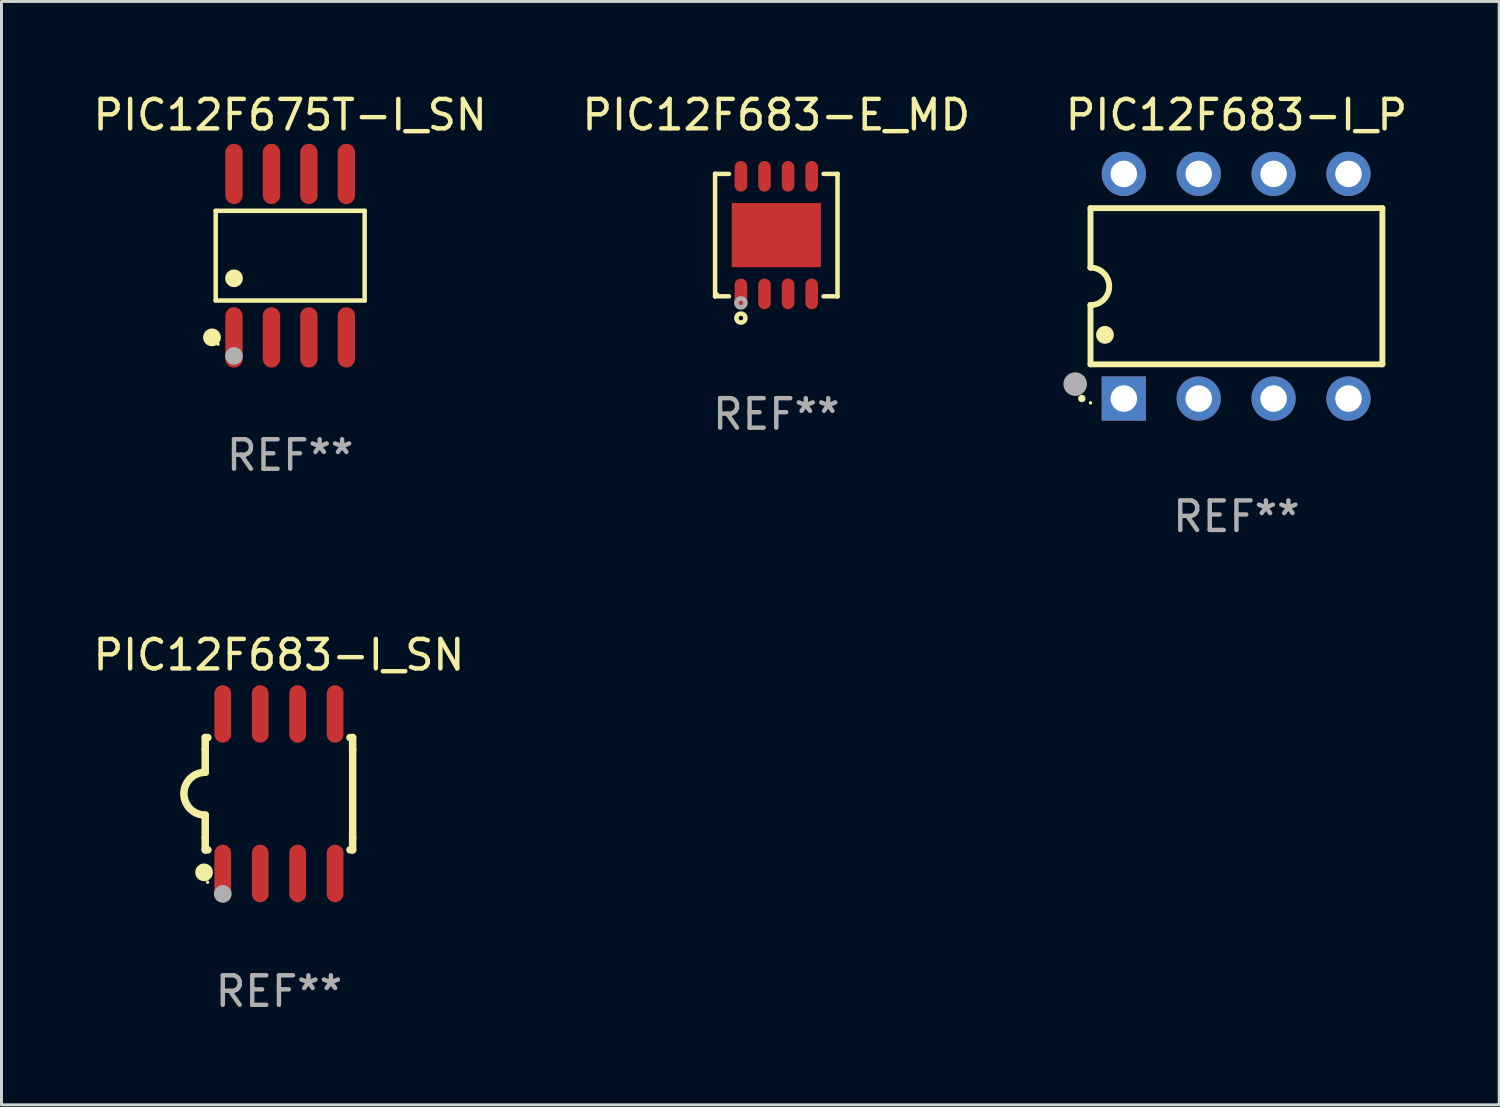
<source format=kicad_pcb>
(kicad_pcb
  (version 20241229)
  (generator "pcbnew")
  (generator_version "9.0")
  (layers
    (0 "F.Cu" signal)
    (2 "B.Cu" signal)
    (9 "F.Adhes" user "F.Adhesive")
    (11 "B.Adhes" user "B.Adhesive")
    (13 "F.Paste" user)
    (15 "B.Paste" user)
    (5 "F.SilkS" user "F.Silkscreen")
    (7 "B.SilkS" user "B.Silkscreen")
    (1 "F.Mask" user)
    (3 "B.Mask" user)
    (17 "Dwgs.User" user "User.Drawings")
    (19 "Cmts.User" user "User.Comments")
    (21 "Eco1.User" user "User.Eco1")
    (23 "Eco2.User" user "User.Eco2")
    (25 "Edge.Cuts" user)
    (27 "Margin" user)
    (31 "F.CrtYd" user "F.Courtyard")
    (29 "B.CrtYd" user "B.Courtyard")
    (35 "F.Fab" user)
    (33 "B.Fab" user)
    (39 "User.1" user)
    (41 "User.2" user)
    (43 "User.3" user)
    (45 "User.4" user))
  (footprint "PIC12F683-E_MD"
    (layer "F.Cu")
    (at 23.28 4.924)
    (property "Reference" "PIC12F683-E_MD" (at 0 -4.076 0) (layer "F.SilkS") (effects (font (size 1 1) (thickness 0.15))))
    (attr through_hole)
    (fp_line (start -2.076 -2.076) (end -2.076 -2.076) (stroke (width 0.152) (type solid)) (layer "F.SilkS"))
    (fp_line (start -2.076 -2.076) (end -1.604 -2.076) (stroke (width 0.152) (type solid)) (layer "F.SilkS"))
    (fp_line (start -2.076 2.076) (end -2.076 -2.076) (stroke (width 0.152) (type solid)) (layer "F.SilkS"))
    (fp_line (start -2.076 2.076) (end -2.076 2.076) (stroke (width 0.152) (type solid)) (layer "F.SilkS"))
    (fp_line (start -1.604 2.076) (end -2.076 2.076) (stroke (width 0.152) (type solid)) (layer "F.SilkS"))
    (fp_line (start 1.604 2.076) (end 2.076 2.076) (stroke (width 0.152) (type solid)) (layer "F.SilkS"))
    (fp_line (start 2.076 -2.076) (end 1.604 -2.076) (stroke (width 0.152) (type solid)) (layer "F.SilkS"))
    (fp_line (start 2.076 -2.076) (end 2.076 -2.076) (stroke (width 0.152) (type solid)) (layer "F.SilkS"))
    (fp_line (start 2.076 2.076) (end 2.076 -2.076) (stroke (width 0.152) (type solid)) (layer "F.SilkS"))
    (fp_line (start 2.076 2.076) (end 2.076 2.076) (stroke (width 0.152) (type solid)) (layer "F.SilkS"))
    (fp_circle (center -2 2) (end -1.97 2) (stroke (width 0.06) (type solid)) (fill no) (layer "F.SilkS"))
    (fp_circle (center -1.2 2.814) (end -1.124 2.814) (stroke (width 0.153) (type solid)) (fill no) (layer "F.SilkS"))
    (fp_circle (center -1.2 2.3) (end -1.124 2.3) (stroke (width 0.153) (type solid)) (fill no) (layer "F.Fab"))
    (fp_text user "REF**" (at 0 6.076 0) (layer "F.Fab") (effects (font (size 1 1) (thickness 0.15))))
    (pad "1" smd oval (at -1.2 1.994) (size 0.427 1.039) (layers "F.Cu" "F.Mask" "F.Paste"))
    (pad "2" smd oval (at -0.4 1.994) (size 0.427 1.039) (layers "F.Cu" "F.Mask" "F.Paste"))
    (pad "3" smd oval (at 0.4 1.994) (size 0.427 1.039) (layers "F.Cu" "F.Mask" "F.Paste"))
    (pad "4" smd oval (at 1.2 1.994) (size 0.427 1.039) (layers "F.Cu" "F.Mask" "F.Paste"))
    (pad "5" smd oval (at 1.2 -1.994) (size 0.427 1.039) (layers "F.Cu" "F.Mask" "F.Paste"))
    (pad "6" smd oval (at 0.4 -1.994) (size 0.427 1.039) (layers "F.Cu" "F.Mask" "F.Paste"))
    (pad "7" smd oval (at -0.4 -1.994) (size 0.427 1.039) (layers "F.Cu" "F.Mask" "F.Paste"))
    (pad "8" smd oval (at -1.2 -1.994) (size 0.427 1.039) (layers "F.Cu" "F.Mask" "F.Paste"))
    (pad "9" smd rect (at 0 0) (size 3.025 2.175) (layers "F.Cu" "F.Mask" "F.Paste")))
  (footprint "PIC12F683-I_SN"
    (layer "F.Cu")
    (at 6.411 23.87)
    (property "Reference" "PIC12F683-I_SN" (at 0 -4.705 0) (layer "F.SilkS") (effects (font (size 1 1) (thickness 0.15))))
    (attr through_hole)
    (fp_line (start -2.5 -1.905) (end -2.409 -1.905) (stroke (width 0.254) (type solid)) (layer "F.SilkS"))
    (fp_line (start -2.5 -1.5) (end -2.5 -1.905) (stroke (width 0.254) (type solid)) (layer "F.SilkS"))
    (fp_line (start -2.5 -1.5) (end -2.5 -0.726) (stroke (width 0.254) (type solid)) (layer "F.SilkS"))
    (fp_line (start -2.5 1.5) (end -2.5 0.727) (stroke (width 0.254) (type solid)) (layer "F.SilkS"))
    (fp_line (start -2.5 1.5) (end -2.5 1.905) (stroke (width 0.254) (type solid)) (layer "F.SilkS"))
    (fp_line (start -2.5 1.905) (end -2.409 1.905) (stroke (width 0.254) (type solid)) (layer "F.SilkS"))
    (fp_line (start 2.5 -1.905) (end 2.409 -1.905) (stroke (width 0.254) (type solid)) (layer "F.SilkS"))
    (fp_line (start 2.5 -1.5) (end 2.5 -1.905) (stroke (width 0.254) (type solid)) (layer "F.SilkS"))
    (fp_line (start 2.5 -1.5) (end 2.5 1.5) (stroke (width 0.254) (type solid)) (layer "F.SilkS"))
    (fp_line (start 2.5 1.5) (end 2.5 1.905) (stroke (width 0.254) (type solid)) (layer "F.SilkS"))
    (fp_line (start 2.5 1.905) (end 2.409 1.905) (stroke (width 0.254) (type solid)) (layer "F.SilkS"))
    (fp_arc (start -2.5 0.726568) (mid -3.220316 -0.0023) (end -2.495097 -0.726289) (stroke (width 0.254001) (type solid)) (layer "F.SilkS"))
    (fp_circle (center -2.54 2.667) (end -2.39 2.667) (stroke (width 0.3) (type solid)) (fill no) (layer "F.SilkS"))
    (fp_circle (center -2.42 3) (end -2.39 3) (stroke (width 0.06) (type solid)) (fill no) (layer "F.SilkS"))
    (fp_circle (center -1.905 3.4) (end -1.755 3.4) (stroke (width 0.3) (type solid)) (fill no) (layer "F.Fab"))
    (fp_text user "REF**" (at 0 6.705 0) (layer "F.Fab") (effects (font (size 1 1) (thickness 0.15))))
    (pad "1" smd oval (at -1.905 2.705) (size 0.568 1.95) (layers "F.Cu" "F.Mask" "F.Paste"))
    (pad "2" smd oval (at -0.635 2.705) (size 0.568 1.95) (layers "F.Cu" "F.Mask" "F.Paste"))
    (pad "3" smd oval (at 0.635 2.705) (size 0.568 1.95) (layers "F.Cu" "F.Mask" "F.Paste"))
    (pad "4" smd oval (at 1.905 2.705) (size 0.568 1.95) (layers "F.Cu" "F.Mask" "F.Paste"))
    (pad "5" smd oval (at 1.905 -2.705) (size 0.568 1.95) (layers "F.Cu" "F.Mask" "F.Paste"))
    (pad "6" smd oval (at 0.635 -2.705) (size 0.568 1.95) (layers "F.Cu" "F.Mask" "F.Paste"))
    (pad "7" smd oval (at -0.635 -2.705) (size 0.568 1.95) (layers "F.Cu" "F.Mask" "F.Paste"))
    (pad "8" smd oval (at -1.905 -2.705) (size 0.568 1.95) (layers "F.Cu" "F.Mask" "F.Paste")))
  (footprint "PIC12F683-I_P"
    (layer "F.Cu")
    (at 38.887 6.658)
    (property "Reference" "PIC12F683-I_P" (at 0 -5.81 0) (layer "F.SilkS") (effects (font (size 1 1) (thickness 0.15))))
    (attr through_hole)
    (fp_line (start -4.95 -2.649) (end 4.95 -2.649) (stroke (width 0.2) (type solid)) (layer "F.SilkS"))
    (fp_line (start -4.95 -0.635) (end -4.95 -2.649) (stroke (width 0.2) (type solid)) (layer "F.SilkS"))
    (fp_line (start -4.95 0.635) (end -4.95 0.64) (stroke (width 0.2) (type solid)) (layer "F.SilkS"))
    (fp_line (start -4.95 2.649) (end -4.95 0.635) (stroke (width 0.2) (type solid)) (layer "F.SilkS"))
    (fp_line (start -4.95 -0.64) (end -4.95 -0.635) (stroke (width 0.2) (type solid)) (layer "F.SilkS"))
    (fp_line (start 4.95 -2.649) (end 4.95 2.649) (stroke (width 0.2) (type solid)) (layer "F.SilkS"))
    (fp_line (start 4.95 2.649) (end -4.95 2.649) (stroke (width 0.2) (type solid)) (layer "F.SilkS"))
    (fp_arc (start -5.24511 3.810008) (mid -5.245117 3.808738) (end -5.24511 3.807468) (stroke (width 0.25) (type solid)) (layer "F.SilkS"))
    (fp_arc (start -4.950165 -0.629997) (mid -4.315164 0.005004) (end -4.950165 0.640005) (stroke (width 0.2) (type solid)) (layer "F.SilkS"))
    (fp_arc (start -4.460249 1.651003) (mid -4.46026 1.648463) (end -4.460249 1.645923) (stroke (width 0.6) (type solid)) (layer "F.SilkS"))
    (fp_circle (center -4.95 3.956) (end -4.92 3.956) (stroke (width 0.06) (type solid)) (fill no) (layer "F.SilkS"))
    (fp_circle (center -5.47 3.32) (end -5.27 3.32) (stroke (width 0.4) (type solid)) (fill no) (layer "F.Fab"))
    (fp_text user "REF**" (at 0 7.81 0) (layer "F.Fab") (effects (font (size 1 1) (thickness 0.15))))
    (pad "1" thru_hole rect (at -3.82 3.81) (size 1.5 1.5) (drill 0.9) (layers "*.Cu" "*.Mask"))
    (pad "2" thru_hole circle (at -1.28 3.81) (size 1.5 1.5) (drill 0.9) (layers "*.Cu" "*.Mask"))
    (pad "3" thru_hole circle (at 1.26 3.81) (size 1.5 1.5) (drill 0.9) (layers "*.Cu" "*.Mask"))
    (pad "4" thru_hole circle (at 3.8 3.81) (size 1.5 1.5) (drill 0.9) (layers "*.Cu" "*.Mask"))
    (pad "5" thru_hole circle (at 3.8 -3.81) (size 1.5 1.5) (drill 0.9) (layers "*.Cu" "*.Mask"))
    (pad "6" thru_hole circle (at 1.26 -3.81) (size 1.5 1.5) (drill 0.9) (layers "*.Cu" "*.Mask"))
    (pad "7" thru_hole circle (at -1.28 -3.81) (size 1.5 1.5) (drill 0.9) (layers "*.Cu" "*.Mask"))
    (pad "8" thru_hole circle (at -3.82 -3.81) (size 1.5 1.5) (drill 0.9) (layers "*.Cu" "*.Mask")))
  (footprint "PIC12F675T-I_SN"
    (layer "F.Cu")
    (at 6.792 5.621)
    (property "Reference" "PIC12F675T-I_SN" (at 0 -4.772 0) (layer "F.SilkS") (effects (font (size 1 1) (thickness 0.15))))
    (attr through_hole)
    (fp_line (start -2.526 -1.521) (end 2.526 -1.521) (stroke (width 0.152) (type solid)) (layer "F.SilkS"))
    (fp_line (start -2.526 1.521) (end -2.526 -1.521) (stroke (width 0.152) (type solid)) (layer "F.SilkS"))
    (fp_line (start 2.526 -1.521) (end 2.526 1.521) (stroke (width 0.152) (type solid)) (layer "F.SilkS"))
    (fp_line (start 2.526 1.521) (end -2.526 1.521) (stroke (width 0.152) (type solid)) (layer "F.SilkS"))
    (fp_circle (center -2.652 2.772) (end -2.501 2.772) (stroke (width 0.3) (type solid)) (fill no) (layer "F.SilkS"))
    (fp_circle (center -2.45 3) (end -2.42 3) (stroke (width 0.06) (type solid)) (fill no) (layer "F.SilkS"))
    (fp_circle (center -1.905 0.769) (end -1.755 0.769) (stroke (width 0.3) (type solid)) (fill no) (layer "F.SilkS"))
    (fp_circle (center -1.905 3.4) (end -1.755 3.4) (stroke (width 0.3) (type solid)) (fill no) (layer "F.Fab"))
    (fp_text user "REF**" (at 0 6.772 0) (layer "F.Fab") (effects (font (size 1 1) (thickness 0.15))))
    (pad "1" smd oval (at -1.905 2.772) (size 0.588 2.045) (layers "F.Cu" "F.Mask" "F.Paste"))
    (pad "2" smd oval (at -0.635 2.772) (size 0.588 2.045) (layers "F.Cu" "F.Mask" "F.Paste"))
    (pad "3" smd oval (at 0.635 2.772) (size 0.588 2.045) (layers "F.Cu" "F.Mask" "F.Paste"))
    (pad "4" smd oval (at 1.905 2.772) (size 0.588 2.045) (layers "F.Cu" "F.Mask" "F.Paste"))
    (pad "5" smd oval (at 1.905 -2.772) (size 0.588 2.045) (layers "F.Cu" "F.Mask" "F.Paste"))
    (pad "6" smd oval (at 0.635 -2.772) (size 0.588 2.045) (layers "F.Cu" "F.Mask" "F.Paste"))
    (pad "7" smd oval (at -0.635 -2.772) (size 0.588 2.045) (layers "F.Cu" "F.Mask" "F.Paste"))
    (pad "8" smd oval (at -1.905 -2.772) (size 0.588 2.045) (layers "F.Cu" "F.Mask" "F.Paste")))
  (gr_rect
    (start -3 -3)
    (end 47.798 34.423)
    (stroke (width 0.1) (type default))
    (fill no)
    (layer "Edge.Cuts")))
</source>
